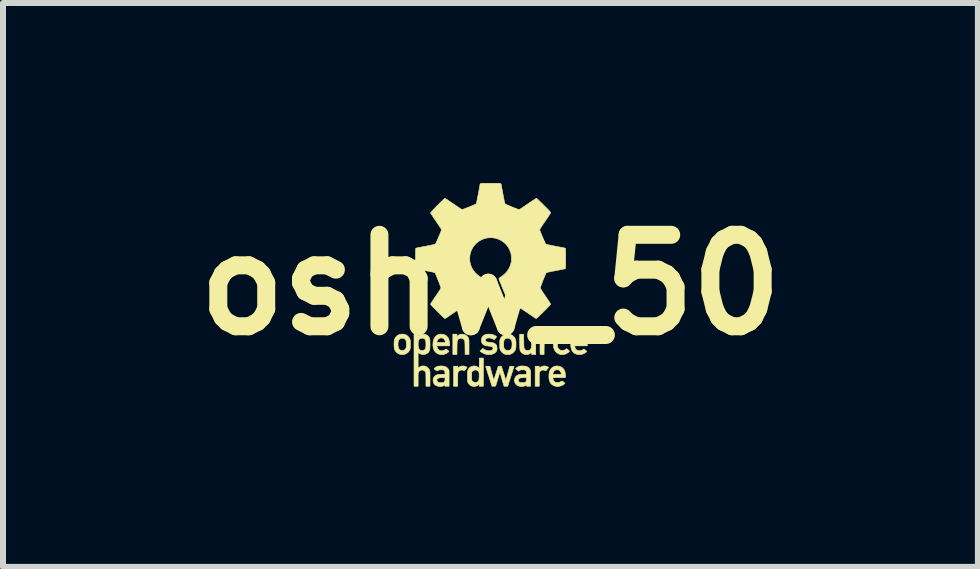
<source format=kicad_pcb>
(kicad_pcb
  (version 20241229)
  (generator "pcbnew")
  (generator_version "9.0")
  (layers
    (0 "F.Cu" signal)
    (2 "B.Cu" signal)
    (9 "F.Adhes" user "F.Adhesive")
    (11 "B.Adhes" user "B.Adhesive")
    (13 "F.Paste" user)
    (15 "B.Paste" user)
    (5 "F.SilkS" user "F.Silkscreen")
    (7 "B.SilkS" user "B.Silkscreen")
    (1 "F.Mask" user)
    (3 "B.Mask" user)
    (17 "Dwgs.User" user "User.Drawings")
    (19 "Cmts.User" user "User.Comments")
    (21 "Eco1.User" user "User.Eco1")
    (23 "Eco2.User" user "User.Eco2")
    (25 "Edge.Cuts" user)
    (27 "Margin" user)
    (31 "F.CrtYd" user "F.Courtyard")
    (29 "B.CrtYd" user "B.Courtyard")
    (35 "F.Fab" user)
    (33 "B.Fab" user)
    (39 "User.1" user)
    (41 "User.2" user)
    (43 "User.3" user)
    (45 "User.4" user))
  (footprint "oshw_50"
    (layer "F.Cu")
    (at 5.124 1.698)
    (property "Reference" "oshw_50" (at 0 0 0) (layer "F.SilkS") (effects (font (size 1.524 1.524) (thickness 0.3))))
    (attr through_hole)
    (fp_poly (pts (xy -0.429 1.355) (xy -0.402 1.366) (xy -0.394 1.371) (xy -0.392 1.374) (xy -0.394 1.38) (xy -0.4 1.389) (xy -0.411 1.403) (xy -0.421 1.416) (xy -0.431 1.425) (xy -0.437 1.43) (xy -0.438 1.431) (xy -0.445 1.429) (xy -0.453 1.425) (xy -0.47 1.419) (xy -0.489 1.419) (xy -0.508 1.423) (xy -0.517 1.428) (xy -0.525 1.434) (xy -0.532 1.44) (xy -0.537 1.447) (xy -0.54 1.457) (xy -0.543 1.47) (xy -0.545 1.487) (xy -0.546 1.509) (xy -0.546 1.538) (xy -0.546 1.574) (xy -0.546 1.578) (xy -0.546 1.689) (xy -0.614 1.689) (xy -0.614 1.355) (xy -0.546 1.355) (xy -0.546 1.39) (xy -0.534 1.379) (xy -0.512 1.363) (xy -0.485 1.353) (xy -0.457 1.351) (xy -0.429 1.355)) (stroke (width 0.01) (type solid)) (fill yes) (layer "F.SilkS"))
    (fp_poly (pts (xy 0.937 1.357) (xy 0.964 1.371) (xy 0.965 1.371) (xy 0.967 1.374) (xy 0.965 1.38) (xy 0.959 1.389) (xy 0.948 1.402) (xy 0.938 1.414) (xy 0.929 1.424) (xy 0.925 1.43) (xy 0.924 1.431) (xy 0.92 1.43) (xy 0.911 1.427) (xy 0.908 1.425) (xy 0.885 1.419) (xy 0.863 1.42) (xy 0.843 1.427) (xy 0.826 1.442) (xy 0.821 1.449) (xy 0.819 1.453) (xy 0.817 1.459) (xy 0.815 1.466) (xy 0.814 1.476) (xy 0.814 1.49) (xy 0.813 1.509) (xy 0.813 1.533) (xy 0.813 1.565) (xy 0.813 1.576) (xy 0.813 1.689) (xy 0.745 1.689) (xy 0.745 1.355) (xy 0.813 1.355) (xy 0.813 1.389) (xy 0.83 1.375) (xy 0.853 1.36) (xy 0.88 1.352) (xy 0.909 1.351) (xy 0.937 1.357)) (stroke (width 0.01) (type solid)) (fill yes) (layer "F.SilkS"))
    (fp_poly (pts (xy 1.005 0.822) (xy 1.026 0.829) (xy 1.031 0.832) (xy 1.054 0.843) (xy 1.042 0.859) (xy 1.031 0.872) (xy 1.019 0.886) (xy 1.017 0.889) (xy 1.005 0.903) (xy 0.992 0.895) (xy 0.974 0.888) (xy 0.954 0.888) (xy 0.934 0.893) (xy 0.916 0.904) (xy 0.904 0.919) (xy 0.901 0.924) (xy 0.899 0.929) (xy 0.898 0.937) (xy 0.897 0.947) (xy 0.896 0.961) (xy 0.895 0.981) (xy 0.895 1.006) (xy 0.894 1.039) (xy 0.894 1.047) (xy 0.893 1.16) (xy 0.861 1.16) (xy 0.842 1.159) (xy 0.831 1.157) (xy 0.827 1.155) (xy 0.827 1.149) (xy 0.827 1.137) (xy 0.826 1.117) (xy 0.826 1.092) (xy 0.826 1.063) (xy 0.826 1.029) (xy 0.826 0.993) (xy 0.827 0.986) (xy 0.828 0.823) (xy 0.893 0.821) (xy 0.893 0.838) (xy 0.894 0.85) (xy 0.897 0.855) (xy 0.904 0.851) (xy 0.908 0.847) (xy 0.921 0.837) (xy 0.94 0.829) (xy 0.961 0.823) (xy 0.982 0.82) (xy 0.983 0.82) (xy 1.005 0.822)) (stroke (width 0.01) (type solid)) (fill yes) (layer "F.SilkS"))
    (fp_poly (pts (xy 0.552 0.823) (xy 0.555 0.938) (xy 0.555 0.972) (xy 0.556 0.999) (xy 0.557 1.02) (xy 0.558 1.036) (xy 0.559 1.047) (xy 0.56 1.055) (xy 0.562 1.061) (xy 0.565 1.065) (xy 0.579 1.081) (xy 0.598 1.091) (xy 0.622 1.094) (xy 0.642 1.091) (xy 0.658 1.083) (xy 0.671 1.068) (xy 0.676 1.058) (xy 0.679 1.052) (xy 0.681 1.046) (xy 0.683 1.039) (xy 0.684 1.029) (xy 0.685 1.016) (xy 0.686 0.999) (xy 0.686 0.975) (xy 0.686 0.945) (xy 0.686 0.93) (xy 0.686 0.821) (xy 0.754 0.821) (xy 0.754 1.16) (xy 0.686 1.16) (xy 0.686 1.121) (xy 0.669 1.136) (xy 0.646 1.151) (xy 0.619 1.16) (xy 0.59 1.161) (xy 0.576 1.16) (xy 0.553 1.152) (xy 0.531 1.139) (xy 0.513 1.123) (xy 0.51 1.12) (xy 0.504 1.111) (xy 0.499 1.103) (xy 0.495 1.094) (xy 0.492 1.083) (xy 0.49 1.07) (xy 0.489 1.052) (xy 0.488 1.03) (xy 0.487 1.002) (xy 0.487 0.966) (xy 0.487 0.947) (xy 0.487 0.821) (xy 0.552 0.823)) (stroke (width 0.01) (type solid)) (fill yes) (layer "F.SilkS"))
    (fp_poly (pts (xy -0.441 0.824) (xy -0.414 0.835) (xy -0.39 0.853) (xy -0.373 0.876) (xy -0.368 0.886) (xy -0.365 0.892) (xy -0.363 0.899) (xy -0.361 0.906) (xy -0.36 0.915) (xy -0.359 0.927) (xy -0.358 0.943) (xy -0.358 0.964) (xy -0.358 0.992) (xy -0.358 1.026) (xy -0.358 1.033) (xy -0.358 1.158) (xy -0.39 1.159) (xy -0.423 1.16) (xy -0.424 1.049) (xy -0.425 1.015) (xy -0.425 0.989) (xy -0.426 0.968) (xy -0.427 0.953) (xy -0.428 0.942) (xy -0.429 0.934) (xy -0.431 0.927) (xy -0.434 0.922) (xy -0.434 0.921) (xy -0.448 0.904) (xy -0.465 0.893) (xy -0.485 0.888) (xy -0.505 0.889) (xy -0.525 0.896) (xy -0.541 0.909) (xy -0.548 0.919) (xy -0.551 0.924) (xy -0.553 0.929) (xy -0.554 0.937) (xy -0.555 0.947) (xy -0.556 0.961) (xy -0.557 0.98) (xy -0.557 1.006) (xy -0.558 1.038) (xy -0.558 1.047) (xy -0.559 1.16) (xy -0.627 1.16) (xy -0.627 0.821) (xy -0.559 0.821) (xy -0.559 0.86) (xy -0.543 0.847) (xy -0.523 0.832) (xy -0.501 0.823) (xy -0.475 0.821) (xy -0.472 0.82) (xy -0.441 0.824)) (stroke (width 0.01) (type solid)) (fill yes) (layer "F.SilkS"))
    (fp_poly (pts (xy -0.799 0.822) (xy -0.798 0.822) (xy -0.768 0.83) (xy -0.743 0.843) (xy -0.722 0.862) (xy -0.707 0.881) (xy -0.696 0.902) (xy -0.689 0.927) (xy -0.684 0.957) (xy -0.683 0.972) (xy -0.68 1.016) (xy -0.894 1.016) (xy -0.891 1.032) (xy -0.883 1.057) (xy -0.869 1.077) (xy -0.851 1.09) (xy -0.829 1.097) (xy -0.805 1.098) (xy -0.779 1.091) (xy -0.758 1.081) (xy -0.738 1.068) (xy -0.714 1.088) (xy -0.691 1.108) (xy -0.704 1.121) (xy -0.732 1.141) (xy -0.765 1.155) (xy -0.8 1.162) (xy -0.836 1.16) (xy -0.84 1.16) (xy -0.874 1.15) (xy -0.902 1.134) (xy -0.924 1.112) (xy -0.942 1.084) (xy -0.953 1.051) (xy -0.959 1.013) (xy -0.958 0.971) (xy -0.957 0.961) (xy -0.894 0.961) (xy -0.75 0.961) (xy -0.753 0.945) (xy -0.761 0.92) (xy -0.774 0.902) (xy -0.792 0.889) (xy -0.806 0.885) (xy -0.83 0.883) (xy -0.851 0.89) (xy -0.869 0.903) (xy -0.883 0.921) (xy -0.891 0.945) (xy -0.891 0.945) (xy -0.894 0.961) (xy -0.957 0.961) (xy -0.957 0.957) (xy -0.949 0.919) (xy -0.935 0.886) (xy -0.917 0.86) (xy -0.893 0.84) (xy -0.865 0.826) (xy -0.834 0.82) (xy -0.799 0.822)) (stroke (width 0.01) (type solid)) (fill yes) (layer "F.SilkS"))
    (fp_poly (pts (xy 1.242 0.826) (xy 1.272 0.838) (xy 1.281 0.844) (xy 1.293 0.853) (xy 1.304 0.862) (xy 1.313 0.871) (xy 1.316 0.876) (xy 1.317 0.877) (xy 1.314 0.881) (xy 1.306 0.889) (xy 1.295 0.899) (xy 1.294 0.899) (xy 1.271 0.919) (xy 1.252 0.906) (xy 1.228 0.893) (xy 1.203 0.887) (xy 1.179 0.889) (xy 1.157 0.897) (xy 1.138 0.912) (xy 1.126 0.929) (xy 1.121 0.941) (xy 1.118 0.951) (xy 1.116 0.965) (xy 1.116 0.982) (xy 1.115 0.991) (xy 1.116 1.011) (xy 1.117 1.025) (xy 1.12 1.037) (xy 1.124 1.048) (xy 1.126 1.052) (xy 1.141 1.072) (xy 1.16 1.086) (xy 1.183 1.093) (xy 1.207 1.094) (xy 1.232 1.086) (xy 1.25 1.077) (xy 1.271 1.062) (xy 1.294 1.082) (xy 1.305 1.092) (xy 1.313 1.1) (xy 1.317 1.104) (xy 1.317 1.104) (xy 1.314 1.109) (xy 1.307 1.117) (xy 1.305 1.118) (xy 1.275 1.141) (xy 1.242 1.155) (xy 1.207 1.161) (xy 1.171 1.16) (xy 1.169 1.16) (xy 1.136 1.15) (xy 1.108 1.133) (xy 1.084 1.11) (xy 1.065 1.08) (xy 1.065 1.078) (xy 1.053 1.045) (xy 1.048 1.01) (xy 1.048 0.973) (xy 1.053 0.938) (xy 1.064 0.905) (xy 1.08 0.877) (xy 1.091 0.862) (xy 1.116 0.842) (xy 1.145 0.829) (xy 1.177 0.821) (xy 1.21 0.82) (xy 1.242 0.826)) (stroke (width 0.01) (type solid)) (fill yes) (layer "F.SilkS"))
    (fp_poly (pts (xy 1.133 1.353) (xy 1.163 1.361) (xy 1.191 1.376) (xy 1.208 1.391) (xy 1.226 1.413) (xy 1.239 1.441) (xy 1.246 1.473) (xy 1.249 1.512) (xy 1.249 1.514) (xy 1.249 1.545) (xy 1.041 1.545) (xy 1.041 1.56) (xy 1.045 1.579) (xy 1.054 1.597) (xy 1.067 1.613) (xy 1.073 1.617) (xy 1.096 1.627) (xy 1.121 1.629) (xy 1.147 1.624) (xy 1.172 1.612) (xy 1.175 1.61) (xy 1.184 1.605) (xy 1.192 1.602) (xy 1.2 1.604) (xy 1.209 1.611) (xy 1.223 1.623) (xy 1.225 1.625) (xy 1.241 1.639) (xy 1.232 1.649) (xy 1.211 1.666) (xy 1.184 1.679) (xy 1.155 1.688) (xy 1.124 1.693) (xy 1.094 1.692) (xy 1.082 1.689) (xy 1.05 1.678) (xy 1.023 1.659) (xy 1.02 1.657) (xy 1.001 1.636) (xy 0.988 1.61) (xy 0.979 1.58) (xy 0.974 1.543) (xy 0.974 1.522) (xy 0.976 1.481) (xy 0.977 1.479) (xy 1.041 1.479) (xy 1.041 1.49) (xy 1.182 1.49) (xy 1.179 1.476) (xy 1.173 1.456) (xy 1.162 1.438) (xy 1.15 1.425) (xy 1.134 1.417) (xy 1.113 1.414) (xy 1.092 1.416) (xy 1.076 1.423) (xy 1.06 1.435) (xy 1.049 1.452) (xy 1.042 1.471) (xy 1.041 1.479) (xy 0.977 1.479) (xy 0.983 1.447) (xy 0.995 1.418) (xy 1.012 1.393) (xy 1.021 1.384) (xy 1.045 1.367) (xy 1.073 1.355) (xy 1.103 1.351) (xy 1.133 1.353)) (stroke (width 0.01) (type solid)) (fill yes) (layer "F.SilkS"))
    (fp_poly (pts (xy 1.519 0.827) (xy 1.548 0.841) (xy 1.566 0.854) (xy 1.587 0.876) (xy 1.601 0.905) (xy 1.61 0.94) (xy 1.613 0.981) (xy 1.613 1.016) (xy 1.404 1.016) (xy 1.407 1.036) (xy 1.413 1.058) (xy 1.425 1.075) (xy 1.443 1.088) (xy 1.463 1.096) (xy 1.486 1.098) (xy 1.51 1.094) (xy 1.534 1.084) (xy 1.541 1.079) (xy 1.558 1.067) (xy 1.581 1.087) (xy 1.593 1.097) (xy 1.601 1.105) (xy 1.604 1.109) (xy 1.604 1.109) (xy 1.601 1.113) (xy 1.593 1.121) (xy 1.585 1.128) (xy 1.554 1.146) (xy 1.52 1.158) (xy 1.482 1.161) (xy 1.455 1.159) (xy 1.422 1.151) (xy 1.395 1.136) (xy 1.372 1.115) (xy 1.355 1.087) (xy 1.344 1.054) (xy 1.338 1.014) (xy 1.338 0.993) (xy 1.339 0.959) (xy 1.341 0.949) (xy 1.405 0.949) (xy 1.405 0.961) (xy 1.475 0.961) (xy 1.501 0.961) (xy 1.52 0.961) (xy 1.532 0.96) (xy 1.54 0.959) (xy 1.544 0.957) (xy 1.545 0.955) (xy 1.545 0.952) (xy 1.543 0.94) (xy 1.537 0.925) (xy 1.53 0.911) (xy 1.525 0.905) (xy 1.509 0.893) (xy 1.488 0.886) (xy 1.466 0.884) (xy 1.446 0.888) (xy 1.438 0.892) (xy 1.426 0.902) (xy 1.416 0.918) (xy 1.408 0.935) (xy 1.405 0.949) (xy 1.341 0.949) (xy 1.344 0.93) (xy 1.352 0.905) (xy 1.361 0.885) (xy 1.38 0.86) (xy 1.403 0.841) (xy 1.429 0.827) (xy 1.459 0.821) (xy 1.489 0.821) (xy 1.519 0.827)) (stroke (width 0.01) (type solid)) (fill yes) (layer "F.SilkS"))
    (fp_poly (pts (xy -0.119 1.689) (xy -0.186 1.689) (xy -0.186 1.655) (xy -0.203 1.668) (xy -0.228 1.683) (xy -0.257 1.691) (xy -0.288 1.691) (xy -0.311 1.686) (xy -0.33 1.677) (xy -0.349 1.662) (xy -0.365 1.644) (xy -0.376 1.625) (xy -0.378 1.621) (xy -0.38 1.608) (xy -0.382 1.59) (xy -0.383 1.566) (xy -0.383 1.54) (xy -0.383 1.522) (xy -0.315 1.522) (xy -0.315 1.546) (xy -0.315 1.564) (xy -0.314 1.576) (xy -0.312 1.585) (xy -0.309 1.592) (xy -0.307 1.596) (xy -0.293 1.612) (xy -0.274 1.622) (xy -0.252 1.626) (xy -0.252 1.626) (xy -0.236 1.624) (xy -0.222 1.619) (xy -0.22 1.618) (xy -0.209 1.611) (xy -0.2 1.601) (xy -0.194 1.587) (xy -0.191 1.569) (xy -0.189 1.544) (xy -0.188 1.52) (xy -0.189 1.491) (xy -0.19 1.47) (xy -0.194 1.454) (xy -0.199 1.443) (xy -0.207 1.434) (xy -0.217 1.426) (xy -0.237 1.419) (xy -0.258 1.418) (xy -0.278 1.423) (xy -0.296 1.434) (xy -0.308 1.449) (xy -0.311 1.456) (xy -0.313 1.465) (xy -0.314 1.477) (xy -0.315 1.495) (xy -0.315 1.519) (xy -0.315 1.522) (xy -0.383 1.522) (xy -0.384 1.513) (xy -0.383 1.486) (xy -0.382 1.461) (xy -0.38 1.44) (xy -0.378 1.425) (xy -0.376 1.418) (xy -0.36 1.392) (xy -0.339 1.372) (xy -0.315 1.359) (xy -0.288 1.352) (xy -0.26 1.351) (xy -0.232 1.358) (xy -0.206 1.373) (xy -0.2 1.378) (xy -0.186 1.389) (xy -0.186 1.219) (xy -0.119 1.219) (xy -0.119 1.689)) (stroke (width 0.01) (type solid)) (fill yes) (layer "F.SilkS"))
    (fp_poly (pts (xy -1.452 0.82) (xy -1.421 0.828) (xy -1.393 0.842) (xy -1.369 0.863) (xy -1.349 0.89) (xy -1.344 0.902) (xy -1.341 0.91) (xy -1.338 0.919) (xy -1.337 0.931) (xy -1.336 0.947) (xy -1.336 0.969) (xy -1.336 0.991) (xy -1.336 1.018) (xy -1.336 1.038) (xy -1.337 1.053) (xy -1.339 1.064) (xy -1.341 1.073) (xy -1.344 1.08) (xy -1.36 1.109) (xy -1.382 1.131) (xy -1.407 1.147) (xy -1.434 1.157) (xy -1.462 1.161) (xy -1.493 1.16) (xy -1.523 1.152) (xy -1.55 1.137) (xy -1.574 1.116) (xy -1.591 1.091) (xy -1.599 1.072) (xy -1.603 1.052) (xy -1.606 1.027) (xy -1.607 0.999) (xy -1.607 0.979) (xy -1.541 0.979) (xy -1.541 1.004) (xy -1.539 1.027) (xy -1.536 1.044) (xy -1.527 1.065) (xy -1.512 1.081) (xy -1.493 1.091) (xy -1.472 1.094) (xy -1.449 1.091) (xy -1.433 1.084) (xy -1.423 1.076) (xy -1.414 1.064) (xy -1.411 1.058) (xy -1.407 1.049) (xy -1.404 1.039) (xy -1.402 1.027) (xy -1.401 1.01) (xy -1.401 0.991) (xy -1.402 0.967) (xy -1.403 0.95) (xy -1.405 0.937) (xy -1.409 0.926) (xy -1.409 0.924) (xy -1.422 0.906) (xy -1.438 0.894) (xy -1.457 0.888) (xy -1.477 0.888) (xy -1.497 0.893) (xy -1.514 0.903) (xy -1.528 0.918) (xy -1.536 0.938) (xy -1.539 0.956) (xy -1.541 0.979) (xy -1.607 0.979) (xy -1.607 0.97) (xy -1.605 0.942) (xy -1.601 0.919) (xy -1.599 0.908) (xy -1.587 0.884) (xy -1.57 0.861) (xy -1.548 0.842) (xy -1.524 0.829) (xy -1.52 0.828) (xy -1.485 0.82) (xy -1.452 0.82)) (stroke (width 0.01) (type solid)) (fill yes) (layer "F.SilkS"))
    (fp_poly (pts (xy 0.317 0.822) (xy 0.343 0.829) (xy 0.366 0.842) (xy 0.385 0.859) (xy 0.4 0.875) (xy 0.41 0.89) (xy 0.417 0.908) (xy 0.422 0.928) (xy 0.425 0.954) (xy 0.425 0.986) (xy 0.425 0.991) (xy 0.425 1.024) (xy 0.423 1.05) (xy 0.418 1.071) (xy 0.411 1.089) (xy 0.401 1.104) (xy 0.387 1.12) (xy 0.385 1.122) (xy 0.36 1.143) (xy 0.331 1.156) (xy 0.3 1.161) (xy 0.264 1.16) (xy 0.234 1.152) (xy 0.207 1.136) (xy 0.184 1.115) (xy 0.167 1.089) (xy 0.162 1.079) (xy 0.159 1.071) (xy 0.157 1.061) (xy 0.156 1.047) (xy 0.155 1.03) (xy 0.155 1.006) (xy 0.155 0.991) (xy 0.22 0.991) (xy 0.22 1.014) (xy 0.221 1.031) (xy 0.223 1.044) (xy 0.225 1.053) (xy 0.228 1.058) (xy 0.242 1.077) (xy 0.261 1.089) (xy 0.284 1.094) (xy 0.308 1.091) (xy 0.32 1.088) (xy 0.336 1.078) (xy 0.348 1.061) (xy 0.356 1.038) (xy 0.359 1.008) (xy 0.36 0.99) (xy 0.359 0.962) (xy 0.356 0.941) (xy 0.349 0.924) (xy 0.34 0.91) (xy 0.338 0.908) (xy 0.322 0.896) (xy 0.302 0.889) (xy 0.28 0.888) (xy 0.259 0.893) (xy 0.246 0.9) (xy 0.236 0.91) (xy 0.229 0.92) (xy 0.224 0.934) (xy 0.221 0.953) (xy 0.22 0.978) (xy 0.22 0.991) (xy 0.155 0.991) (xy 0.155 0.963) (xy 0.155 0.942) (xy 0.156 0.927) (xy 0.158 0.916) (xy 0.161 0.906) (xy 0.162 0.902) (xy 0.178 0.873) (xy 0.2 0.85) (xy 0.227 0.833) (xy 0.258 0.823) (xy 0.285 0.82) (xy 0.317 0.822)) (stroke (width 0.01) (type solid)) (fill yes) (layer "F.SilkS"))
    (fp_poly (pts (xy -0.796 1.352) (xy -0.762 1.359) (xy -0.735 1.371) (xy -0.714 1.388) (xy -0.701 1.407) (xy -0.69 1.428) (xy -0.69 1.689) (xy -0.758 1.689) (xy -0.758 1.663) (xy -0.771 1.674) (xy -0.79 1.685) (xy -0.814 1.691) (xy -0.841 1.693) (xy -0.869 1.69) (xy -0.888 1.685) (xy -0.915 1.672) (xy -0.936 1.654) (xy -0.949 1.631) (xy -0.956 1.602) (xy -0.957 1.589) (xy -0.956 1.587) (xy -0.893 1.587) (xy -0.889 1.604) (xy -0.878 1.617) (xy -0.861 1.625) (xy -0.859 1.626) (xy -0.838 1.629) (xy -0.815 1.629) (xy -0.793 1.627) (xy -0.786 1.625) (xy -0.773 1.62) (xy -0.764 1.611) (xy -0.759 1.597) (xy -0.758 1.576) (xy -0.758 1.574) (xy -0.758 1.545) (xy -0.797 1.545) (xy -0.83 1.547) (xy -0.855 1.55) (xy -0.873 1.556) (xy -0.885 1.564) (xy -0.892 1.576) (xy -0.893 1.587) (xy -0.956 1.587) (xy -0.953 1.561) (xy -0.942 1.536) (xy -0.925 1.517) (xy -0.901 1.502) (xy -0.882 1.496) (xy -0.867 1.494) (xy -0.847 1.492) (xy -0.825 1.491) (xy -0.807 1.49) (xy -0.757 1.49) (xy -0.759 1.462) (xy -0.761 1.443) (xy -0.766 1.43) (xy -0.775 1.422) (xy -0.79 1.417) (xy -0.811 1.415) (xy -0.816 1.415) (xy -0.842 1.415) (xy -0.862 1.419) (xy -0.88 1.428) (xy -0.885 1.431) (xy -0.89 1.433) (xy -0.897 1.431) (xy -0.907 1.425) (xy -0.916 1.418) (xy -0.928 1.409) (xy -0.936 1.402) (xy -0.94 1.397) (xy -0.94 1.397) (xy -0.936 1.391) (xy -0.927 1.383) (xy -0.915 1.374) (xy -0.901 1.365) (xy -0.895 1.363) (xy -0.878 1.357) (xy -0.857 1.353) (xy -0.836 1.351) (xy -0.796 1.352)) (stroke (width 0.01) (type solid)) (fill yes) (layer "F.SilkS"))
    (fp_poly (pts (xy -0.008 0.821) (xy 0.015 0.824) (xy 0.033 0.827) (xy 0.047 0.832) (xy 0.062 0.839) (xy 0.077 0.846) (xy 0.09 0.854) (xy 0.099 0.861) (xy 0.102 0.865) (xy 0.099 0.87) (xy 0.092 0.879) (xy 0.083 0.89) (xy 0.082 0.891) (xy 0.063 0.913) (xy 0.041 0.901) (xy 0.017 0.891) (xy -0.006 0.885) (xy -0.029 0.884) (xy -0.049 0.886) (xy -0.066 0.892) (xy -0.078 0.902) (xy -0.084 0.915) (xy -0.084 0.922) (xy -0.082 0.933) (xy -0.076 0.942) (xy -0.066 0.948) (xy -0.051 0.952) (xy -0.03 0.955) (xy -0.011 0.957) (xy 0.019 0.96) (xy 0.043 0.965) (xy 0.061 0.971) (xy 0.076 0.98) (xy 0.087 0.99) (xy 0.099 1.006) (xy 0.106 1.024) (xy 0.109 1.048) (xy 0.11 1.057) (xy 0.108 1.082) (xy 0.101 1.102) (xy 0.087 1.121) (xy 0.085 1.123) (xy 0.065 1.139) (xy 0.04 1.151) (xy 0.01 1.159) (xy -0.023 1.162) (xy -0.055 1.16) (xy -0.091 1.151) (xy -0.125 1.137) (xy -0.155 1.118) (xy -0.16 1.115) (xy -0.174 1.103) (xy -0.151 1.08) (xy -0.128 1.058) (xy -0.106 1.073) (xy -0.08 1.087) (xy -0.054 1.095) (xy -0.025 1.098) (xy 0.002 1.096) (xy 0.022 1.089) (xy 0.035 1.078) (xy 0.042 1.063) (xy 0.042 1.056) (xy 0.041 1.045) (xy 0.038 1.037) (xy 0.03 1.031) (xy 0.018 1.027) (xy -0.001 1.023) (xy -0.027 1.021) (xy -0.03 1.02) (xy -0.067 1.015) (xy -0.097 1.006) (xy -0.12 0.994) (xy -0.136 0.978) (xy -0.146 0.957) (xy -0.151 0.931) (xy -0.151 0.93) (xy -0.15 0.901) (xy -0.141 0.875) (xy -0.125 0.853) (xy -0.103 0.836) (xy -0.074 0.825) (xy -0.056 0.822) (xy -0.033 0.821) (xy -0.008 0.821)) (stroke (width 0.01) (type solid)) (fill yes) (layer "F.SilkS"))
    (fp_poly (pts (xy 0.021 1.469) (xy 0.029 1.499) (xy 0.037 1.525) (xy 0.044 1.548) (xy 0.049 1.566) (xy 0.053 1.578) (xy 0.055 1.583) (xy 0.055 1.583) (xy 0.057 1.579) (xy 0.061 1.568) (xy 0.067 1.552) (xy 0.074 1.53) (xy 0.083 1.504) (xy 0.092 1.475) (xy 0.094 1.469) (xy 0.131 1.355) (xy 0.181 1.355) (xy 0.214 1.455) (xy 0.223 1.484) (xy 0.232 1.511) (xy 0.239 1.535) (xy 0.245 1.554) (xy 0.25 1.567) (xy 0.252 1.573) (xy 0.257 1.59) (xy 0.264 1.566) (xy 0.267 1.555) (xy 0.272 1.538) (xy 0.278 1.515) (xy 0.285 1.489) (xy 0.293 1.461) (xy 0.296 1.451) (xy 0.303 1.424) (xy 0.31 1.4) (xy 0.316 1.38) (xy 0.32 1.366) (xy 0.322 1.358) (xy 0.323 1.356) (xy 0.328 1.355) (xy 0.339 1.355) (xy 0.354 1.355) (xy 0.359 1.356) (xy 0.393 1.357) (xy 0.347 1.501) (xy 0.336 1.535) (xy 0.325 1.568) (xy 0.316 1.598) (xy 0.307 1.624) (xy 0.301 1.645) (xy 0.296 1.66) (xy 0.294 1.667) (xy 0.287 1.689) (xy 0.226 1.689) (xy 0.195 1.582) (xy 0.186 1.553) (xy 0.178 1.526) (xy 0.171 1.502) (xy 0.166 1.484) (xy 0.162 1.47) (xy 0.16 1.465) (xy 0.158 1.463) (xy 0.156 1.464) (xy 0.153 1.469) (xy 0.149 1.479) (xy 0.144 1.495) (xy 0.137 1.517) (xy 0.128 1.545) (xy 0.121 1.571) (xy 0.086 1.687) (xy 0.056 1.688) (xy 0.026 1.689) (xy -0.004 1.595) (xy -0.022 1.539) (xy -0.038 1.491) (xy -0.051 1.45) (xy -0.061 1.417) (xy -0.069 1.392) (xy -0.075 1.374) (xy -0.078 1.365) (xy -0.078 1.364) (xy -0.079 1.36) (xy -0.078 1.357) (xy -0.073 1.355) (xy -0.062 1.355) (xy -0.045 1.355) (xy -0.01 1.355) (xy 0.021 1.469)) (stroke (width 0.01) (type solid)) (fill yes) (layer "F.SilkS"))
    (fp_poly (pts (xy 0.557 1.352) (xy 0.584 1.356) (xy 0.606 1.362) (xy 0.609 1.363) (xy 0.631 1.376) (xy 0.649 1.395) (xy 0.662 1.416) (xy 0.664 1.422) (xy 0.666 1.432) (xy 0.667 1.451) (xy 0.668 1.478) (xy 0.669 1.514) (xy 0.669 1.557) (xy 0.669 1.564) (xy 0.669 1.689) (xy 0.601 1.689) (xy 0.601 1.66) (xy 0.589 1.672) (xy 0.571 1.683) (xy 0.548 1.69) (xy 0.522 1.693) (xy 0.495 1.691) (xy 0.471 1.685) (xy 0.443 1.672) (xy 0.422 1.654) (xy 0.408 1.631) (xy 0.401 1.604) (xy 0.401 1.59) (xy 0.401 1.588) (xy 0.464 1.588) (xy 0.467 1.6) (xy 0.468 1.603) (xy 0.472 1.612) (xy 0.475 1.617) (xy 0.475 1.617) (xy 0.479 1.619) (xy 0.489 1.622) (xy 0.493 1.624) (xy 0.508 1.627) (xy 0.526 1.629) (xy 0.546 1.628) (xy 0.564 1.627) (xy 0.579 1.623) (xy 0.583 1.621) (xy 0.593 1.61) (xy 0.599 1.593) (xy 0.601 1.568) (xy 0.601 1.567) (xy 0.601 1.544) (xy 0.549 1.546) (xy 0.521 1.548) (xy 0.5 1.55) (xy 0.485 1.555) (xy 0.475 1.561) (xy 0.469 1.57) (xy 0.466 1.575) (xy 0.464 1.588) (xy 0.401 1.588) (xy 0.404 1.561) (xy 0.416 1.536) (xy 0.43 1.519) (xy 0.442 1.51) (xy 0.454 1.503) (xy 0.468 1.498) (xy 0.486 1.494) (xy 0.51 1.492) (xy 0.539 1.491) (xy 0.601 1.489) (xy 0.601 1.466) (xy 0.6 1.451) (xy 0.598 1.439) (xy 0.597 1.434) (xy 0.587 1.425) (xy 0.572 1.418) (xy 0.553 1.415) (xy 0.531 1.414) (xy 0.511 1.416) (xy 0.492 1.421) (xy 0.478 1.429) (xy 0.475 1.432) (xy 0.471 1.435) (xy 0.467 1.435) (xy 0.46 1.431) (xy 0.448 1.423) (xy 0.444 1.42) (xy 0.432 1.41) (xy 0.423 1.402) (xy 0.419 1.397) (xy 0.419 1.397) (xy 0.423 1.39) (xy 0.432 1.382) (xy 0.445 1.373) (xy 0.459 1.365) (xy 0.473 1.358) (xy 0.478 1.356) (xy 0.501 1.352) (xy 0.529 1.351) (xy 0.557 1.352)) (stroke (width 0.01) (type solid)) (fill yes) (layer "F.SilkS"))
    (fp_poly (pts (xy -1.089 0.824) (xy -1.062 0.835) (xy -1.04 0.852) (xy -1.023 0.873) (xy -1.013 0.899) (xy -1.012 0.902) (xy -1.01 0.916) (xy -1.009 0.936) (xy -1.008 0.961) (xy -1.008 0.988) (xy -1.008 1.015) (xy -1.009 1.041) (xy -1.01 1.062) (xy -1.012 1.078) (xy -1.012 1.079) (xy -1.022 1.105) (xy -1.037 1.127) (xy -1.058 1.144) (xy -1.082 1.155) (xy -1.108 1.161) (xy -1.135 1.16) (xy -1.162 1.153) (xy -1.183 1.141) (xy -1.193 1.134) (xy -1.201 1.129) (xy -1.201 1.129) (xy -1.203 1.129) (xy -1.204 1.134) (xy -1.205 1.143) (xy -1.206 1.158) (xy -1.206 1.179) (xy -1.206 1.206) (xy -1.206 1.241) (xy -1.206 1.258) (xy -1.206 1.39) (xy -1.195 1.379) (xy -1.172 1.362) (xy -1.146 1.353) (xy -1.119 1.35) (xy -1.092 1.354) (xy -1.066 1.364) (xy -1.044 1.381) (xy -1.025 1.403) (xy -1.018 1.416) (xy -1.015 1.422) (xy -1.013 1.428) (xy -1.011 1.435) (xy -1.01 1.444) (xy -1.009 1.456) (xy -1.008 1.472) (xy -1.008 1.492) (xy -1.008 1.519) (xy -1.008 1.553) (xy -1.008 1.563) (xy -1.008 1.689) (xy -1.075 1.689) (xy -1.075 1.578) (xy -1.075 1.544) (xy -1.076 1.517) (xy -1.076 1.496) (xy -1.077 1.481) (xy -1.078 1.47) (xy -1.079 1.461) (xy -1.081 1.455) (xy -1.083 1.452) (xy -1.096 1.435) (xy -1.113 1.424) (xy -1.132 1.418) (xy -1.152 1.419) (xy -1.171 1.426) (xy -1.188 1.438) (xy -1.197 1.452) (xy -1.2 1.458) (xy -1.202 1.464) (xy -1.204 1.471) (xy -1.205 1.481) (xy -1.206 1.494) (xy -1.206 1.512) (xy -1.206 1.535) (xy -1.206 1.565) (xy -1.206 1.58) (xy -1.206 1.689) (xy -1.274 1.689) (xy -1.274 0.981) (xy -1.206 0.981) (xy -1.205 1.017) (xy -1.201 1.045) (xy -1.192 1.067) (xy -1.18 1.082) (xy -1.163 1.091) (xy -1.159 1.092) (xy -1.137 1.094) (xy -1.114 1.089) (xy -1.104 1.085) (xy -1.093 1.077) (xy -1.085 1.065) (xy -1.08 1.049) (xy -1.077 1.026) (xy -1.075 0.996) (xy -1.075 0.991) (xy -1.077 0.958) (xy -1.08 0.932) (xy -1.087 0.913) (xy -1.097 0.9) (xy -1.111 0.892) (xy -1.13 0.888) (xy -1.142 0.888) (xy -1.163 0.891) (xy -1.179 0.898) (xy -1.191 0.912) (xy -1.199 0.932) (xy -1.204 0.958) (xy -1.206 0.981) (xy -1.274 0.981) (xy -1.274 0.821) (xy -1.206 0.821) (xy -1.206 0.856) (xy -1.193 0.845) (xy -1.168 0.83) (xy -1.142 0.823) (xy -1.118 0.821) (xy -1.089 0.824)) (stroke (width 0.01) (type solid)) (fill yes) (layer "F.SilkS"))
    (fp_poly (pts (xy 0.044 -1.693) (xy 0.078 -1.693) (xy 0.106 -1.693) (xy 0.127 -1.693) (xy 0.143 -1.692) (xy 0.155 -1.691) (xy 0.163 -1.69) (xy 0.168 -1.689) (xy 0.171 -1.687) (xy 0.171 -1.687) (xy 0.176 -1.68) (xy 0.178 -1.677) (xy 0.179 -1.672) (xy 0.181 -1.66) (xy 0.184 -1.642) (xy 0.188 -1.617) (xy 0.194 -1.589) (xy 0.2 -1.556) (xy 0.206 -1.521) (xy 0.207 -1.516) (xy 0.216 -1.472) (xy 0.223 -1.436) (xy 0.228 -1.407) (xy 0.233 -1.385) (xy 0.237 -1.369) (xy 0.241 -1.358) (xy 0.243 -1.351) (xy 0.244 -1.35) (xy 0.25 -1.347) (xy 0.263 -1.341) (xy 0.281 -1.332) (xy 0.304 -1.322) (xy 0.33 -1.311) (xy 0.359 -1.299) (xy 0.363 -1.298) (xy 0.396 -1.284) (xy 0.423 -1.274) (xy 0.444 -1.266) (xy 0.459 -1.261) (xy 0.471 -1.258) (xy 0.478 -1.256) (xy 0.483 -1.257) (xy 0.483 -1.257) (xy 0.489 -1.26) (xy 0.501 -1.268) (xy 0.518 -1.279) (xy 0.539 -1.293) (xy 0.564 -1.31) (xy 0.592 -1.329) (xy 0.622 -1.35) (xy 0.626 -1.352) (xy 0.656 -1.373) (xy 0.684 -1.392) (xy 0.709 -1.408) (xy 0.731 -1.422) (xy 0.748 -1.433) (xy 0.76 -1.441) (xy 0.765 -1.444) (xy 0.766 -1.444) (xy 0.77 -1.441) (xy 0.78 -1.432) (xy 0.794 -1.419) (xy 0.812 -1.402) (xy 0.833 -1.382) (xy 0.857 -1.359) (xy 0.883 -1.333) (xy 0.888 -1.328) (xy 0.918 -1.298) (xy 0.943 -1.273) (xy 0.962 -1.253) (xy 0.977 -1.237) (xy 0.988 -1.225) (xy 0.996 -1.216) (xy 1 -1.209) (xy 1.002 -1.205) (xy 1.002 -1.202) (xy 1 -1.196) (xy 0.993 -1.184) (xy 0.982 -1.167) (xy 0.968 -1.146) (xy 0.951 -1.121) (xy 0.932 -1.093) (xy 0.912 -1.063) (xy 0.91 -1.06) (xy 0.883 -1.021) (xy 0.861 -0.988) (xy 0.844 -0.961) (xy 0.831 -0.941) (xy 0.823 -0.927) (xy 0.82 -0.919) (xy 0.82 -0.919) (xy 0.822 -0.912) (xy 0.827 -0.898) (xy 0.834 -0.88) (xy 0.843 -0.857) (xy 0.853 -0.832) (xy 0.865 -0.805) (xy 0.876 -0.778) (xy 0.888 -0.752) (xy 0.898 -0.728) (xy 0.908 -0.708) (xy 0.915 -0.692) (xy 0.92 -0.683) (xy 0.922 -0.681) (xy 0.927 -0.678) (xy 0.937 -0.675) (xy 0.954 -0.671) (xy 0.977 -0.666) (xy 1.007 -0.659) (xy 1.044 -0.652) (xy 1.087 -0.644) (xy 1.122 -0.637) (xy 1.155 -0.631) (xy 1.185 -0.625) (xy 1.21 -0.62) (xy 1.229 -0.616) (xy 1.242 -0.614) (xy 1.248 -0.612) (xy 1.249 -0.612) (xy 1.25 -0.607) (xy 1.251 -0.595) (xy 1.252 -0.574) (xy 1.252 -0.546) (xy 1.253 -0.51) (xy 1.253 -0.465) (xy 1.253 -0.443) (xy 1.253 -0.4) (xy 1.253 -0.364) (xy 1.253 -0.336) (xy 1.252 -0.314) (xy 1.252 -0.297) (xy 1.251 -0.285) (xy 1.25 -0.277) (xy 1.248 -0.273) (xy 1.247 -0.271) (xy 1.242 -0.269) (xy 1.229 -0.266) (xy 1.21 -0.262) (xy 1.185 -0.257) (xy 1.156 -0.251) (xy 1.124 -0.244) (xy 1.089 -0.238) (xy 1.088 -0.238) (xy 1.047 -0.23) (xy 1.01 -0.223) (xy 0.98 -0.216) (xy 0.956 -0.211) (xy 0.94 -0.207) (xy 0.931 -0.204) (xy 0.929 -0.203) (xy 0.926 -0.197) (xy 0.92 -0.184) (xy 0.912 -0.166) (xy 0.903 -0.144) (xy 0.892 -0.118) (xy 0.881 -0.091) (xy 0.87 -0.063) (xy 0.86 -0.036) (xy 0.85 -0.01) (xy 0.842 0.013) (xy 0.835 0.031) (xy 0.831 0.044) (xy 0.83 0.05) (xy 0.832 0.056) (xy 0.837 0.067) (xy 0.847 0.083) (xy 0.86 0.104) (xy 0.878 0.132) (xy 0.901 0.166) (xy 0.917 0.188) (xy 0.936 0.217) (xy 0.955 0.245) (xy 0.971 0.269) (xy 0.984 0.29) (xy 0.995 0.306) (xy 1.001 0.317) (xy 1.003 0.321) (xy 1 0.326) (xy 0.992 0.336) (xy 0.979 0.35) (xy 0.962 0.368) (xy 0.941 0.389) (xy 0.918 0.413) (xy 0.892 0.439) (xy 0.886 0.446) (xy 0.855 0.476) (xy 0.829 0.501) (xy 0.809 0.521) (xy 0.793 0.536) (xy 0.78 0.547) (xy 0.771 0.555) (xy 0.765 0.559) (xy 0.761 0.56) (xy 0.76 0.56) (xy 0.754 0.557) (xy 0.743 0.55) (xy 0.726 0.539) (xy 0.705 0.525) (xy 0.681 0.508) (xy 0.654 0.49) (xy 0.63 0.473) (xy 0.601 0.454) (xy 0.574 0.436) (xy 0.55 0.42) (xy 0.529 0.407) (xy 0.514 0.397) (xy 0.503 0.391) (xy 0.499 0.389) (xy 0.492 0.391) (xy 0.479 0.397) (xy 0.463 0.405) (xy 0.443 0.414) (xy 0.434 0.419) (xy 0.414 0.43) (xy 0.396 0.438) (xy 0.382 0.445) (xy 0.373 0.448) (xy 0.371 0.449) (xy 0.367 0.445) (xy 0.361 0.434) (xy 0.352 0.415) (xy 0.34 0.388) (xy 0.332 0.369) (xy 0.324 0.349) (xy 0.312 0.322) (xy 0.299 0.289) (xy 0.284 0.252) (xy 0.267 0.213) (xy 0.25 0.171) (xy 0.233 0.129) (xy 0.22 0.097) (xy 0.204 0.059) (xy 0.189 0.023) (xy 0.176 -0.01) (xy 0.164 -0.039) (xy 0.154 -0.064) (xy 0.147 -0.083) (xy 0.142 -0.096) (xy 0.14 -0.102) (xy 0.14 -0.103) (xy 0.143 -0.109) (xy 0.152 -0.117) (xy 0.157 -0.121) (xy 0.207 -0.156) (xy 0.249 -0.193) (xy 0.283 -0.233) (xy 0.31 -0.276) (xy 0.331 -0.323) (xy 0.345 -0.374) (xy 0.348 -0.384) (xy 0.35 -0.409) (xy 0.351 -0.439) (xy 0.349 -0.471) (xy 0.345 -0.502) (xy 0.34 -0.529) (xy 0.339 -0.533) (xy 0.32 -0.584) (xy 0.295 -0.63) (xy 0.263 -0.671) (xy 0.226 -0.707) (xy 0.184 -0.737) (xy 0.138 -0.76) (xy 0.088 -0.777) (xy 0.036 -0.786) (xy 0.002 -0.787) (xy -0.052 -0.783) (xy -0.103 -0.771) (xy -0.151 -0.752) (xy -0.196 -0.726) (xy -0.236 -0.694) (xy -0.271 -0.656) (xy -0.301 -0.613) (xy -0.324 -0.565) (xy -0.334 -0.533) (xy -0.34 -0.507) (xy -0.344 -0.476) (xy -0.346 -0.444) (xy -0.346 -0.414) (xy -0.344 -0.388) (xy -0.343 -0.384) (xy -0.33 -0.332) (xy -0.311 -0.284) (xy -0.285 -0.241) (xy -0.252 -0.2) (xy -0.211 -0.163) (xy -0.163 -0.128) (xy -0.153 -0.121) (xy -0.143 -0.113) (xy -0.136 -0.106) (xy -0.135 -0.103) (xy -0.137 -0.097) (xy -0.142 -0.085) (xy -0.149 -0.066) (xy -0.158 -0.042) (xy -0.17 -0.014) (xy -0.183 0.019) (xy -0.198 0.055) (xy -0.213 0.093) (xy -0.215 0.097) (xy -0.232 0.139) (xy -0.25 0.181) (xy -0.267 0.222) (xy -0.283 0.261) (xy -0.298 0.297) (xy -0.311 0.328) (xy -0.322 0.354) (xy -0.328 0.369) (xy -0.341 0.401) (xy -0.352 0.424) (xy -0.36 0.44) (xy -0.365 0.448) (xy -0.367 0.449) (xy -0.373 0.447) (xy -0.385 0.442) (xy -0.401 0.434) (xy -0.42 0.424) (xy -0.43 0.419) (xy -0.45 0.409) (xy -0.468 0.4) (xy -0.483 0.393) (xy -0.492 0.39) (xy -0.495 0.389) (xy -0.5 0.392) (xy -0.512 0.398) (xy -0.528 0.409) (xy -0.549 0.422) (xy -0.574 0.439) (xy -0.601 0.457) (xy -0.625 0.473) (xy -0.654 0.493) (xy -0.681 0.511) (xy -0.705 0.528) (xy -0.725 0.541) (xy -0.741 0.551) (xy -0.752 0.558) (xy -0.756 0.56) (xy -0.759 0.56) (xy -0.764 0.557) (xy -0.771 0.552) (xy -0.782 0.543) (xy -0.796 0.53) (xy -0.814 0.512) (xy -0.837 0.49) (xy -0.865 0.462) (xy -0.881 0.446) (xy -0.907 0.42) (xy -0.931 0.395) (xy -0.953 0.373) (xy -0.971 0.354) (xy -0.985 0.339) (xy -0.994 0.328) (xy -0.999 0.322) (xy -0.999 0.321) (xy -0.997 0.317) (xy -0.99 0.305) (xy -0.98 0.289) (xy -0.966 0.268) (xy -0.95 0.244) (xy -0.932 0.216) (xy -0.912 0.188) (xy -0.887 0.151) (xy -0.866 0.12) (xy -0.85 0.095) (xy -0.838 0.075) (xy -0.83 0.062) (xy -0.826 0.053) (xy -0.826 0.05) (xy -0.827 0.043) (xy -0.831 0.03) (xy -0.838 0.011) (xy -0.846 -0.012) (xy -0.856 -0.038) (xy -0.867 -0.065) (xy -0.878 -0.093) (xy -0.889 -0.12) (xy -0.899 -0.146) (xy -0.909 -0.168) (xy -0.916 -0.186) (xy -0.922 -0.198) (xy -0.925 -0.203) (xy -0.931 -0.205) (xy -0.945 -0.209) (xy -0.966 -0.214) (xy -0.993 -0.22) (xy -1.027 -0.227) (xy -1.067 -0.234) (xy -1.084 -0.238) (xy -1.119 -0.244) (xy -1.152 -0.251) (xy -1.181 -0.257) (xy -1.205 -0.262) (xy -1.225 -0.266) (xy -1.237 -0.269) (xy -1.243 -0.271) (xy -1.243 -0.271) (xy -1.244 -0.274) (xy -1.246 -0.279) (xy -1.247 -0.288) (xy -1.247 -0.301) (xy -1.248 -0.319) (xy -1.248 -0.342) (xy -1.249 -0.372) (xy -1.249 -0.409) (xy -1.249 -0.443) (xy -1.249 -0.491) (xy -1.248 -0.531) (xy -1.248 -0.563) (xy -1.247 -0.587) (xy -1.246 -0.603) (xy -1.245 -0.611) (xy -1.244 -0.612) (xy -1.239 -0.613) (xy -1.227 -0.616) (xy -1.208 -0.62) (xy -1.184 -0.625) (xy -1.155 -0.63) (xy -1.122 -0.637) (xy -1.087 -0.643) (xy -1.082 -0.644) (xy -1.038 -0.653) (xy -1.001 -0.66) (xy -0.971 -0.666) (xy -0.948 -0.671) (xy -0.932 -0.675) (xy -0.922 -0.678) (xy -0.918 -0.681) (xy -0.914 -0.687) (xy -0.908 -0.699) (xy -0.899 -0.717) (xy -0.889 -0.739) (xy -0.878 -0.764) (xy -0.867 -0.791) (xy -0.855 -0.818) (xy -0.844 -0.844) (xy -0.834 -0.869) (xy -0.826 -0.889) (xy -0.82 -0.906) (xy -0.817 -0.916) (xy -0.816 -0.919) (xy -0.818 -0.925) (xy -0.825 -0.938) (xy -0.837 -0.957) (xy -0.853 -0.982) (xy -0.875 -1.014) (xy -0.901 -1.053) (xy -0.906 -1.06) (xy -0.926 -1.09) (xy -0.945 -1.118) (xy -0.962 -1.143) (xy -0.976 -1.165) (xy -0.988 -1.182) (xy -0.995 -1.194) (xy -0.998 -1.199) (xy -0.998 -1.2) (xy -0.996 -1.204) (xy -0.988 -1.214) (xy -0.976 -1.228) (xy -0.96 -1.246) (xy -0.941 -1.266) (xy -0.919 -1.288) (xy -0.897 -1.312) (xy -0.873 -1.335) (xy -0.85 -1.358) (xy -0.828 -1.38) (xy -0.807 -1.4) (xy -0.789 -1.417) (xy -0.774 -1.43) (xy -0.764 -1.439) (xy -0.758 -1.442) (xy -0.757 -1.442) (xy -0.752 -1.439) (xy -0.741 -1.432) (xy -0.725 -1.422) (xy -0.704 -1.408) (xy -0.679 -1.391) (xy -0.651 -1.372) (xy -0.621 -1.352) (xy -0.617 -1.35) (xy -0.587 -1.329) (xy -0.559 -1.31) (xy -0.534 -1.293) (xy -0.512 -1.279) (xy -0.495 -1.267) (xy -0.483 -1.259) (xy -0.477 -1.256) (xy -0.477 -1.256) (xy -0.471 -1.257) (xy -0.459 -1.26) (xy -0.441 -1.266) (xy -0.419 -1.274) (xy -0.395 -1.284) (xy -0.368 -1.294) (xy -0.341 -1.305) (xy -0.315 -1.315) (xy -0.291 -1.326) (xy -0.27 -1.335) (xy -0.254 -1.342) (xy -0.243 -1.348) (xy -0.24 -1.35) (xy -0.238 -1.354) (xy -0.235 -1.363) (xy -0.231 -1.377) (xy -0.227 -1.396) (xy -0.221 -1.421) (xy -0.215 -1.454) (xy -0.207 -1.494) (xy -0.203 -1.515) (xy -0.196 -1.551) (xy -0.19 -1.584) (xy -0.185 -1.613) (xy -0.18 -1.638) (xy -0.177 -1.658) (xy -0.175 -1.671) (xy -0.174 -1.677) (xy -0.174 -1.677) (xy -0.171 -1.682) (xy -0.167 -1.687) (xy -0.164 -1.688) (xy -0.16 -1.69) (xy -0.153 -1.691) (xy -0.142 -1.692) (xy -0.127 -1.692) (xy -0.107 -1.693) (xy -0.082 -1.693) (xy -0.049 -1.693) (xy -0.009 -1.693) (xy 0.002 -1.693) (xy 0.044 -1.693)) (stroke (width 0.01) (type solid)) (fill yes) (layer "F.SilkS")))
  (gr_rect
    (start -3 -3)
    (end 13.247 6.397)
    (stroke (width 0.1) (type default))
    (fill no)
    (layer "Edge.Cuts")))
</source>
